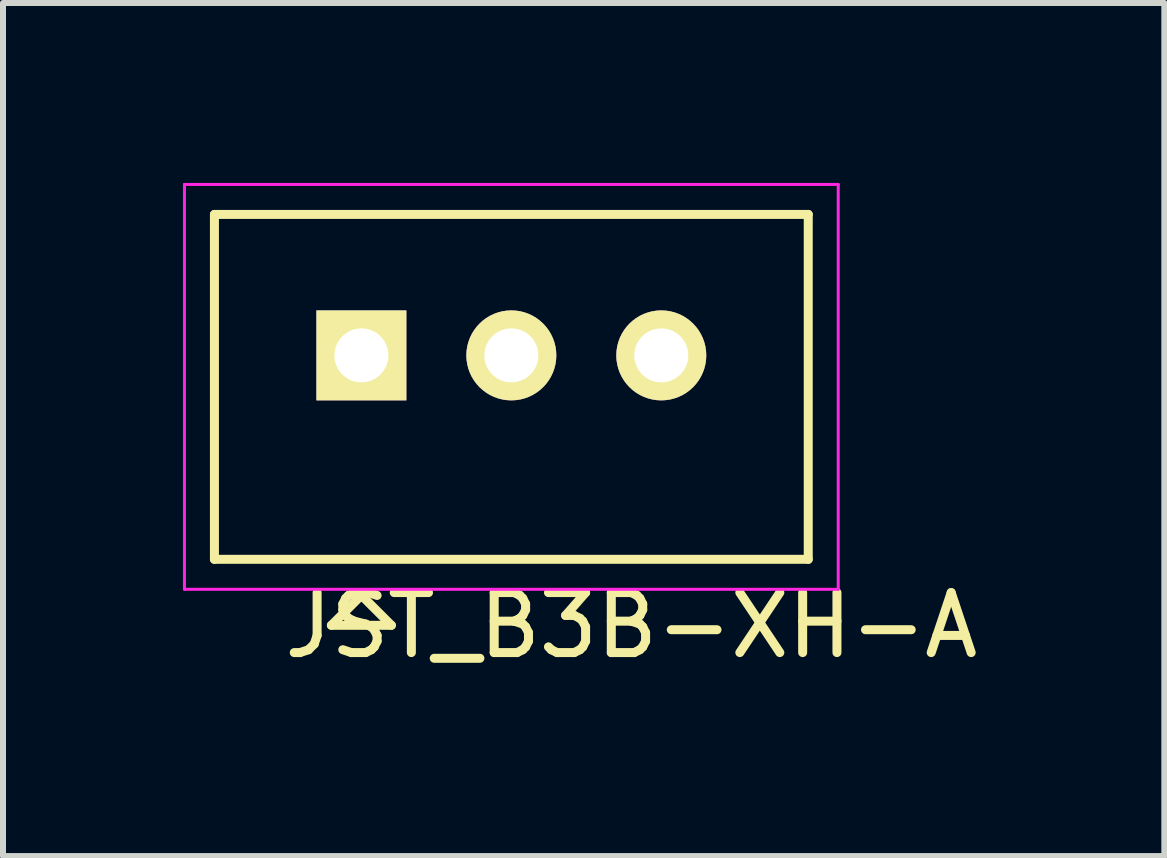
<source format=kicad_pcb>
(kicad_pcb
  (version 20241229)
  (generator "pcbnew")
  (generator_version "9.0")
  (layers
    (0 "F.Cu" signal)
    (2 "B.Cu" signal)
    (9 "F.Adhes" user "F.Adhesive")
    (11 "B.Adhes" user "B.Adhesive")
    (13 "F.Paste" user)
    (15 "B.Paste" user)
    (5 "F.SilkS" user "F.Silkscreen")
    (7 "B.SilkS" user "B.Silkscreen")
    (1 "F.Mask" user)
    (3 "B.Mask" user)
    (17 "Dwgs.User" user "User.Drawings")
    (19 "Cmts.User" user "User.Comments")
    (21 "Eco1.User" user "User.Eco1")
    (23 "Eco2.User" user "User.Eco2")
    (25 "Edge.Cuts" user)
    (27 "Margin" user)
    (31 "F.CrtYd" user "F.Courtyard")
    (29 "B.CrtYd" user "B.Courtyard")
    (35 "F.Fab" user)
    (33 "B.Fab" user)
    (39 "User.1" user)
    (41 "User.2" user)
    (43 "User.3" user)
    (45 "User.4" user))
  (footprint "JST_B3B-XH-A"
    (layer "F.Cu")
    (at 2.975 2.875)
    (property "Reference" "JST_B3B-XH-A" (at 4.5 4.5 0) (layer "F.SilkS") (effects (font (size 1 1) (thickness 0.15))))
    (attr through_hole)
    (fp_line (start -2.45 -2.35) (end -2.45 3.4) (stroke (width 0.15) (type solid)) (layer "F.SilkS"))
    (fp_line (start -2.45 -2.35) (end 7.45 -2.35) (stroke (width 0.15) (type solid)) (layer "F.SilkS"))
    (fp_line (start -2.45 3.4) (end 7.45 3.4) (stroke (width 0.15) (type solid)) (layer "F.SilkS"))
    (fp_line (start -0.5 4.5) (end 0.5 4.5) (stroke (width 0.15) (type solid)) (layer "F.SilkS"))
    (fp_line (start 0 4) (end -0.5 4.5) (stroke (width 0.15) (type solid)) (layer "F.SilkS"))
    (fp_line (start 0 4) (end 0.5 4.5) (stroke (width 0.15) (type solid)) (layer "F.SilkS"))
    (fp_line (start 7.45 -2.35) (end 7.45 3.4) (stroke (width 0.15) (type solid)) (layer "F.SilkS"))
    (fp_line (start -2.95 -2.85) (end -2.95 3.9) (stroke (width 0.05) (type solid)) (layer "F.CrtYd"))
    (fp_line (start -2.95 -2.85) (end 7.95 -2.85) (stroke (width 0.05) (type solid)) (layer "F.CrtYd"))
    (fp_line (start -2.95 3.9) (end 7.95 3.9) (stroke (width 0.05) (type solid)) (layer "F.CrtYd"))
    (fp_line (start 7.95 -2.85) (end 7.95 3.9) (stroke (width 0.05) (type solid)) (layer "F.CrtYd"))
    (pad "1" thru_hole rect (at 0 0) (size 1.5 1.5) (drill 0.9) (layers "*.Cu" "*.Mask" "F.SilkS"))
    (pad "2" thru_hole circle (at 2.5 0) (size 1.5 1.5) (drill 0.9) (layers "*.Cu" "*.Mask" "F.SilkS"))
    (pad "3" thru_hole circle (at 5 0) (size 1.5 1.5) (drill 0.9) (layers "*.Cu" "*.Mask" "F.SilkS")))
  (gr_rect
    (start -3 -3)
    (end 16.362 11.223)
    (stroke (width 0.1) (type default))
    (fill no)
    (layer "Edge.Cuts")))
</source>
